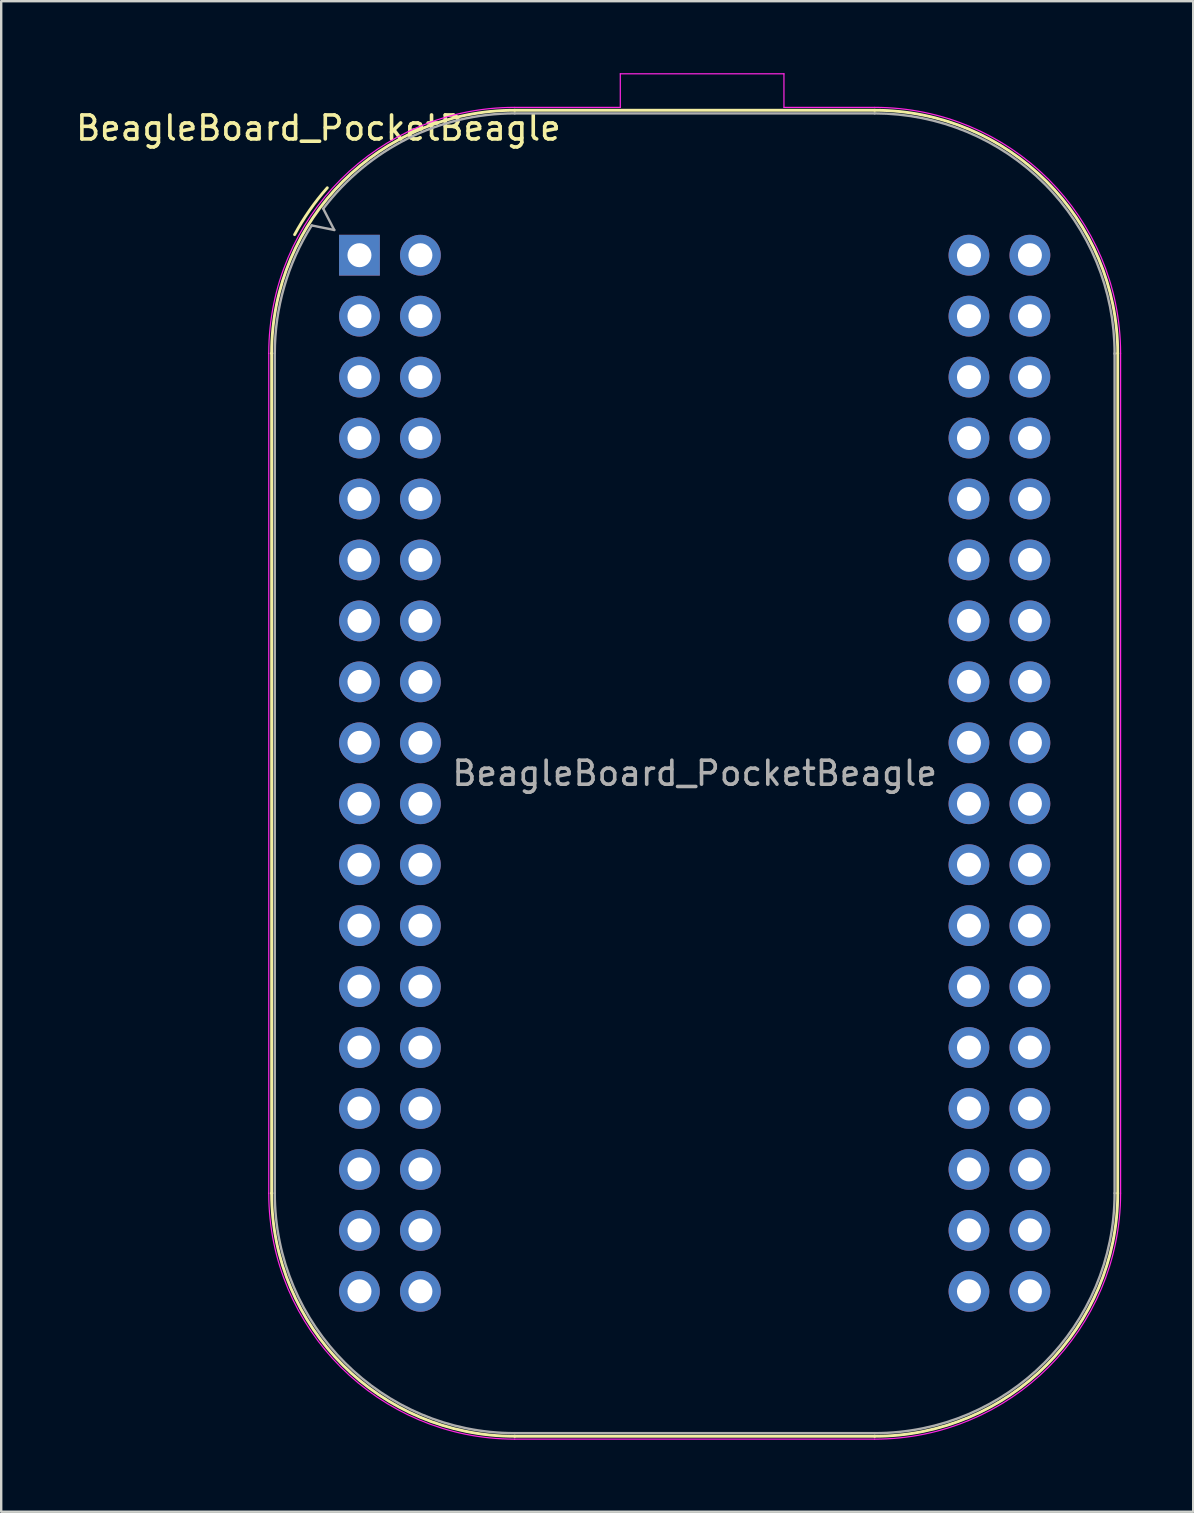
<source format=kicad_pcb>
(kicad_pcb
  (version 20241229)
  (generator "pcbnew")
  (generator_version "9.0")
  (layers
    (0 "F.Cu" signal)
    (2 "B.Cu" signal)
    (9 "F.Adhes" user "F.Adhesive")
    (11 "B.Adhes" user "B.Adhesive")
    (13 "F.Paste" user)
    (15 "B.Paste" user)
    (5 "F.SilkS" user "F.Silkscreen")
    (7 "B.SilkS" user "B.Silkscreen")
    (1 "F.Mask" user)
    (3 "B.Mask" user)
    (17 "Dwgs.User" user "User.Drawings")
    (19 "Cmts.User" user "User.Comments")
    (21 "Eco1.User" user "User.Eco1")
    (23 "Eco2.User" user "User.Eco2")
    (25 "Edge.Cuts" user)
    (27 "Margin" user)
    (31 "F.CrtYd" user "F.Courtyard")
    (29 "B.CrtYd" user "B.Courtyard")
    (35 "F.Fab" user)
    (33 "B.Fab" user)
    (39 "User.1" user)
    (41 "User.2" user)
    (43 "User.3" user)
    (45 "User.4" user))
  (footprint "BeagleBoard_PocketBeagle"
    (layer "F.Cu")
    (at 11.93 7.585)
    (property "Reference" "BeagleBoard_PocketBeagle" (at -1.71 -5.3 180) (layer "F.SilkS") (effects (font (size 1 1) (thickness 0.15))))
    (attr through_hole)
    (fp_line (start -3.66 39.09) (end -3.66 4.09) (stroke (width 0.12) (type solid)) (layer "F.SilkS"))
    (fp_line (start 6.47 -6.04) (end 21.47 -6.04) (stroke (width 0.12) (type solid)) (layer "F.SilkS"))
    (fp_line (start 6.47 49.22) (end 21.47 49.22) (stroke (width 0.12) (type solid)) (layer "F.SilkS"))
    (fp_line (start 31.6 4.09) (end 31.6 39.09) (stroke (width 0.12) (type solid)) (layer "F.SilkS"))
    (fp_arc (start -3.66 4.09) (mid -0.692992 -3.072992) (end 6.47 -6.04) (stroke (width 0.12) (type solid)) (layer "F.SilkS"))
    (fp_arc (start -2.702916 -0.856081) (mid -2.077474 -1.872113) (end -1.34 -2.81) (stroke (width 0.12) (type solid)) (layer "F.SilkS"))
    (fp_arc (start 6.47 49.22) (mid -0.692992 46.252992) (end -3.66 39.09) (stroke (width 0.12) (type solid)) (layer "F.SilkS"))
    (fp_arc (start 21.47 -6.04) (mid 28.632992 -3.072992) (end 31.6 4.09) (stroke (width 0.12) (type solid)) (layer "F.SilkS"))
    (fp_arc (start 31.6 39.09) (mid 28.632992 46.252992) (end 21.47 49.22) (stroke (width 0.12) (type solid)) (layer "F.SilkS"))
    (fp_line (start -3.78 4.09) (end -3.78 39.09) (stroke (width 0.05) (type solid)) (layer "F.CrtYd"))
    (fp_line (start 6.47 49.34) (end 21.47 49.34) (stroke (width 0.05) (type solid)) (layer "F.CrtYd"))
    (fp_line (start 10.87 -7.56) (end 17.69 -7.56) (stroke (width 0.05) (type solid)) (layer "F.CrtYd"))
    (fp_line (start 10.87 -6.16) (end 6.47 -6.16) (stroke (width 0.05) (type solid)) (layer "F.CrtYd"))
    (fp_line (start 10.87 -6.16) (end 10.87 -7.56) (stroke (width 0.05) (type solid)) (layer "F.CrtYd"))
    (fp_line (start 17.69 -6.16) (end 17.69 -7.56) (stroke (width 0.05) (type solid)) (layer "F.CrtYd"))
    (fp_line (start 21.47 -6.16) (end 17.69 -6.16) (stroke (width 0.05) (type solid)) (layer "F.CrtYd"))
    (fp_line (start 31.72 4.09) (end 31.72 39.09) (stroke (width 0.05) (type solid)) (layer "F.CrtYd"))
    (fp_arc (start -3.78 4.09) (mid -0.777845 -3.157845) (end 6.47 -6.16) (stroke (width 0.05) (type solid)) (layer "F.CrtYd"))
    (fp_arc (start 6.47 49.34) (mid -0.777845 46.337845) (end -3.78 39.09) (stroke (width 0.05) (type solid)) (layer "F.CrtYd"))
    (fp_arc (start 21.47 -6.16) (mid 28.717845 -3.157845) (end 31.72 4.09) (stroke (width 0.05) (type solid)) (layer "F.CrtYd"))
    (fp_arc (start 31.72 39.09) (mid 28.717845 46.337845) (end 21.47 49.34) (stroke (width 0.05) (type solid)) (layer "F.CrtYd"))
    (fp_line (start -3.53 4.09) (end -3.53 39.09) (stroke (width 0.1) (type solid)) (layer "F.Fab"))
    (fp_line (start -1.51 -1.94) (end -1.05 -1.05) (stroke (width 0.1) (type solid)) (layer "F.Fab"))
    (fp_line (start -1.05 -1.05) (end -1.99 -1.24) (stroke (width 0.1) (type solid)) (layer "F.Fab"))
    (fp_line (start 6.47 -5.91) (end 21.47 -5.91) (stroke (width 0.1) (type solid)) (layer "F.Fab"))
    (fp_line (start 6.47 49.09) (end 21.47 49.09) (stroke (width 0.1) (type solid)) (layer "F.Fab"))
    (fp_line (start 31.47 4.09) (end 31.47 39.09) (stroke (width 0.1) (type solid)) (layer "F.Fab"))
    (fp_arc (start -3.529025 4.09) (mid -3.136567 1.316126) (end -1.99 -1.24) (stroke (width 0.1) (type solid)) (layer "F.Fab"))
    (fp_arc (start -1.505888 -1.942016) (mid 2.015797 -4.863216) (end 6.47 -5.91) (stroke (width 0.1) (type solid)) (layer "F.Fab"))
    (fp_arc (start 6.47 49.09) (mid -0.601068 46.161068) (end -3.53 39.09) (stroke (width 0.1) (type solid)) (layer "F.Fab"))
    (fp_arc (start 21.472547 -5.91002) (mid 28.549049 -2.973106) (end 31.47 4.11) (stroke (width 0.1) (type solid)) (layer "F.Fab"))
    (fp_arc (start 31.47 39.09) (mid 28.541068 46.161068) (end 21.47 49.09) (stroke (width 0.1) (type solid)) (layer "F.Fab"))
    (fp_text user "${REFERENCE}" (at 13.97 21.59 180) (layer "F.Fab") (effects (font (size 1 1) (thickness 0.15))))
    (pad "P1.01" thru_hole rect (at 0 0) (size 1.7 1.7) (drill 1) (layers "*.Cu" "*.Mask"))
    (pad "P1.02" thru_hole oval (at 2.54 0) (size 1.7 1.7) (drill 1) (layers "*.Cu" "*.Mask"))
    (pad "P1.03" thru_hole oval (at 0 2.54) (size 1.7 1.7) (drill 1) (layers "*.Cu" "*.Mask"))
    (pad "P1.04" thru_hole oval (at 2.54 2.54) (size 1.7 1.7) (drill 1) (layers "*.Cu" "*.Mask"))
    (pad "P1.05" thru_hole oval (at 0 5.08) (size 1.7 1.7) (drill 1) (layers "*.Cu" "*.Mask"))
    (pad "P1.06" thru_hole oval (at 2.54 5.08) (size 1.7 1.7) (drill 1) (layers "*.Cu" "*.Mask"))
    (pad "P1.07" thru_hole oval (at 0 7.62) (size 1.7 1.7) (drill 1) (layers "*.Cu" "*.Mask"))
    (pad "P1.08" thru_hole oval (at 2.54 7.62) (size 1.7 1.7) (drill 1) (layers "*.Cu" "*.Mask"))
    (pad "P1.09" thru_hole oval (at 0 10.16) (size 1.7 1.7) (drill 1) (layers "*.Cu" "*.Mask"))
    (pad "P1.10" thru_hole oval (at 2.54 10.16) (size 1.7 1.7) (drill 1) (layers "*.Cu" "*.Mask"))
    (pad "P1.11" thru_hole oval (at 0 12.7) (size 1.7 1.7) (drill 1) (layers "*.Cu" "*.Mask"))
    (pad "P1.12" thru_hole oval (at 2.54 12.7) (size 1.7 1.7) (drill 1) (layers "*.Cu" "*.Mask"))
    (pad "P1.13" thru_hole oval (at 0 15.24) (size 1.7 1.7) (drill 1) (layers "*.Cu" "*.Mask"))
    (pad "P1.14" thru_hole oval (at 2.54 15.24) (size 1.7 1.7) (drill 1) (layers "*.Cu" "*.Mask"))
    (pad "P1.15" thru_hole oval (at 0 17.78) (size 1.7 1.7) (drill 1) (layers "*.Cu" "*.Mask"))
    (pad "P1.16" thru_hole oval (at 2.54 17.78) (size 1.7 1.7) (drill 1) (layers "*.Cu" "*.Mask"))
    (pad "P1.17" thru_hole oval (at 0 20.32) (size 1.7 1.7) (drill 1) (layers "*.Cu" "*.Mask"))
    (pad "P1.18" thru_hole oval (at 2.54 20.32) (size 1.7 1.7) (drill 1) (layers "*.Cu" "*.Mask"))
    (pad "P1.19" thru_hole oval (at 0 22.86) (size 1.7 1.7) (drill 1) (layers "*.Cu" "*.Mask"))
    (pad "P1.20" thru_hole oval (at 2.54 22.86) (size 1.7 1.7) (drill 1) (layers "*.Cu" "*.Mask"))
    (pad "P1.21" thru_hole oval (at 0 25.4) (size 1.7 1.7) (drill 1) (layers "*.Cu" "*.Mask"))
    (pad "P1.22" thru_hole oval (at 2.54 25.4) (size 1.7 1.7) (drill 1) (layers "*.Cu" "*.Mask"))
    (pad "P1.23" thru_hole oval (at 0 27.94) (size 1.7 1.7) (drill 1) (layers "*.Cu" "*.Mask"))
    (pad "P1.24" thru_hole oval (at 2.54 27.94) (size 1.7 1.7) (drill 1) (layers "*.Cu" "*.Mask"))
    (pad "P1.25" thru_hole oval (at 0 30.48) (size 1.7 1.7) (drill 1) (layers "*.Cu" "*.Mask"))
    (pad "P1.26" thru_hole oval (at 2.54 30.48) (size 1.7 1.7) (drill 1) (layers "*.Cu" "*.Mask"))
    (pad "P1.27" thru_hole oval (at 0 33.02) (size 1.7 1.7) (drill 1) (layers "*.Cu" "*.Mask"))
    (pad "P1.28" thru_hole oval (at 2.54 33.02) (size 1.7 1.7) (drill 1) (layers "*.Cu" "*.Mask"))
    (pad "P1.29" thru_hole oval (at 0 35.56) (size 1.7 1.7) (drill 1) (layers "*.Cu" "*.Mask"))
    (pad "P1.30" thru_hole oval (at 2.54 35.56) (size 1.7 1.7) (drill 1) (layers "*.Cu" "*.Mask"))
    (pad "P1.31" thru_hole oval (at 0 38.1) (size 1.7 1.7) (drill 1) (layers "*.Cu" "*.Mask"))
    (pad "P1.32" thru_hole oval (at 2.54 38.1) (size 1.7 1.7) (drill 1) (layers "*.Cu" "*.Mask"))
    (pad "P1.33" thru_hole oval (at 0 40.64) (size 1.7 1.7) (drill 1) (layers "*.Cu" "*.Mask"))
    (pad "P1.34" thru_hole oval (at 2.54 40.64) (size 1.7 1.7) (drill 1) (layers "*.Cu" "*.Mask"))
    (pad "P1.35" thru_hole oval (at 0 43.18) (size 1.7 1.7) (drill 1) (layers "*.Cu" "*.Mask"))
    (pad "P1.36" thru_hole oval (at 2.54 43.18) (size 1.7 1.7) (drill 1) (layers "*.Cu" "*.Mask"))
    (pad "P2.01" thru_hole circle (at 25.4 0) (size 1.7 1.7) (drill 1) (layers "*.Cu" "*.Mask"))
    (pad "P2.02" thru_hole oval (at 27.94 0) (size 1.7 1.7) (drill 1) (layers "*.Cu" "*.Mask"))
    (pad "P2.03" thru_hole oval (at 25.4 2.54) (size 1.7 1.7) (drill 1) (layers "*.Cu" "*.Mask"))
    (pad "P2.04" thru_hole oval (at 27.94 2.54) (size 1.7 1.7) (drill 1) (layers "*.Cu" "*.Mask"))
    (pad "P2.05" thru_hole oval (at 25.4 5.08) (size 1.7 1.7) (drill 1) (layers "*.Cu" "*.Mask"))
    (pad "P2.06" thru_hole oval (at 27.94 5.08) (size 1.7 1.7) (drill 1) (layers "*.Cu" "*.Mask"))
    (pad "P2.07" thru_hole oval (at 25.4 7.62) (size 1.7 1.7) (drill 1) (layers "*.Cu" "*.Mask"))
    (pad "P2.08" thru_hole oval (at 27.94 7.62) (size 1.7 1.7) (drill 1) (layers "*.Cu" "*.Mask"))
    (pad "P2.09" thru_hole oval (at 25.4 10.16) (size 1.7 1.7) (drill 1) (layers "*.Cu" "*.Mask"))
    (pad "P2.10" thru_hole oval (at 27.94 10.16) (size 1.7 1.7) (drill 1) (layers "*.Cu" "*.Mask"))
    (pad "P2.11" thru_hole oval (at 25.4 12.7) (size 1.7 1.7) (drill 1) (layers "*.Cu" "*.Mask"))
    (pad "P2.12" thru_hole oval (at 27.94 12.7) (size 1.7 1.7) (drill 1) (layers "*.Cu" "*.Mask"))
    (pad "P2.13" thru_hole oval (at 25.4 15.24) (size 1.7 1.7) (drill 1) (layers "*.Cu" "*.Mask"))
    (pad "P2.14" thru_hole oval (at 27.94 15.24) (size 1.7 1.7) (drill 1) (layers "*.Cu" "*.Mask"))
    (pad "P2.15" thru_hole oval (at 25.4 17.78) (size 1.7 1.7) (drill 1) (layers "*.Cu" "*.Mask"))
    (pad "P2.16" thru_hole oval (at 27.94 17.78) (size 1.7 1.7) (drill 1) (layers "*.Cu" "*.Mask"))
    (pad "P2.17" thru_hole oval (at 25.4 20.32) (size 1.7 1.7) (drill 1) (layers "*.Cu" "*.Mask"))
    (pad "P2.18" thru_hole oval (at 27.94 20.32) (size 1.7 1.7) (drill 1) (layers "*.Cu" "*.Mask"))
    (pad "P2.19" thru_hole oval (at 25.4 22.86) (size 1.7 1.7) (drill 1) (layers "*.Cu" "*.Mask"))
    (pad "P2.20" thru_hole oval (at 27.94 22.86) (size 1.7 1.7) (drill 1) (layers "*.Cu" "*.Mask"))
    (pad "P2.21" thru_hole oval (at 25.4 25.4) (size 1.7 1.7) (drill 1) (layers "*.Cu" "*.Mask"))
    (pad "P2.22" thru_hole oval (at 27.94 25.4) (size 1.7 1.7) (drill 1) (layers "*.Cu" "*.Mask"))
    (pad "P2.23" thru_hole oval (at 25.4 27.94) (size 1.7 1.7) (drill 1) (layers "*.Cu" "*.Mask"))
    (pad "P2.24" thru_hole oval (at 27.94 27.94) (size 1.7 1.7) (drill 1) (layers "*.Cu" "*.Mask"))
    (pad "P2.25" thru_hole oval (at 25.4 30.48) (size 1.7 1.7) (drill 1) (layers "*.Cu" "*.Mask"))
    (pad "P2.26" thru_hole oval (at 27.94 30.48) (size 1.7 1.7) (drill 1) (layers "*.Cu" "*.Mask"))
    (pad "P2.27" thru_hole oval (at 25.4 33.02) (size 1.7 1.7) (drill 1) (layers "*.Cu" "*.Mask"))
    (pad "P2.28" thru_hole oval (at 27.94 33.02) (size 1.7 1.7) (drill 1) (layers "*.Cu" "*.Mask"))
    (pad "P2.29" thru_hole oval (at 25.4 35.56) (size 1.7 1.7) (drill 1) (layers "*.Cu" "*.Mask"))
    (pad "P2.30" thru_hole oval (at 27.94 35.56) (size 1.7 1.7) (drill 1) (layers "*.Cu" "*.Mask"))
    (pad "P2.31" thru_hole oval (at 25.4 38.1) (size 1.7 1.7) (drill 1) (layers "*.Cu" "*.Mask"))
    (pad "P2.32" thru_hole oval (at 27.94 38.1) (size 1.7 1.7) (drill 1) (layers "*.Cu" "*.Mask"))
    (pad "P2.33" thru_hole oval (at 25.4 40.64) (size 1.7 1.7) (drill 1) (layers "*.Cu" "*.Mask"))
    (pad "P2.34" thru_hole oval (at 27.94 40.64) (size 1.7 1.7) (drill 1) (layers "*.Cu" "*.Mask"))
    (pad "P2.35" thru_hole oval (at 25.4 43.18) (size 1.7 1.7) (drill 1) (layers "*.Cu" "*.Mask"))
    (pad "P2.36" thru_hole oval (at 27.94 43.18) (size 1.7 1.7) (drill 1) (layers "*.Cu" "*.Mask")))
  (gr_rect
    (start -3 -3)
    (end 46.675 59.95)
    (stroke (width 0.1) (type default))
    (fill no)
    (layer "Edge.Cuts")))
</source>
